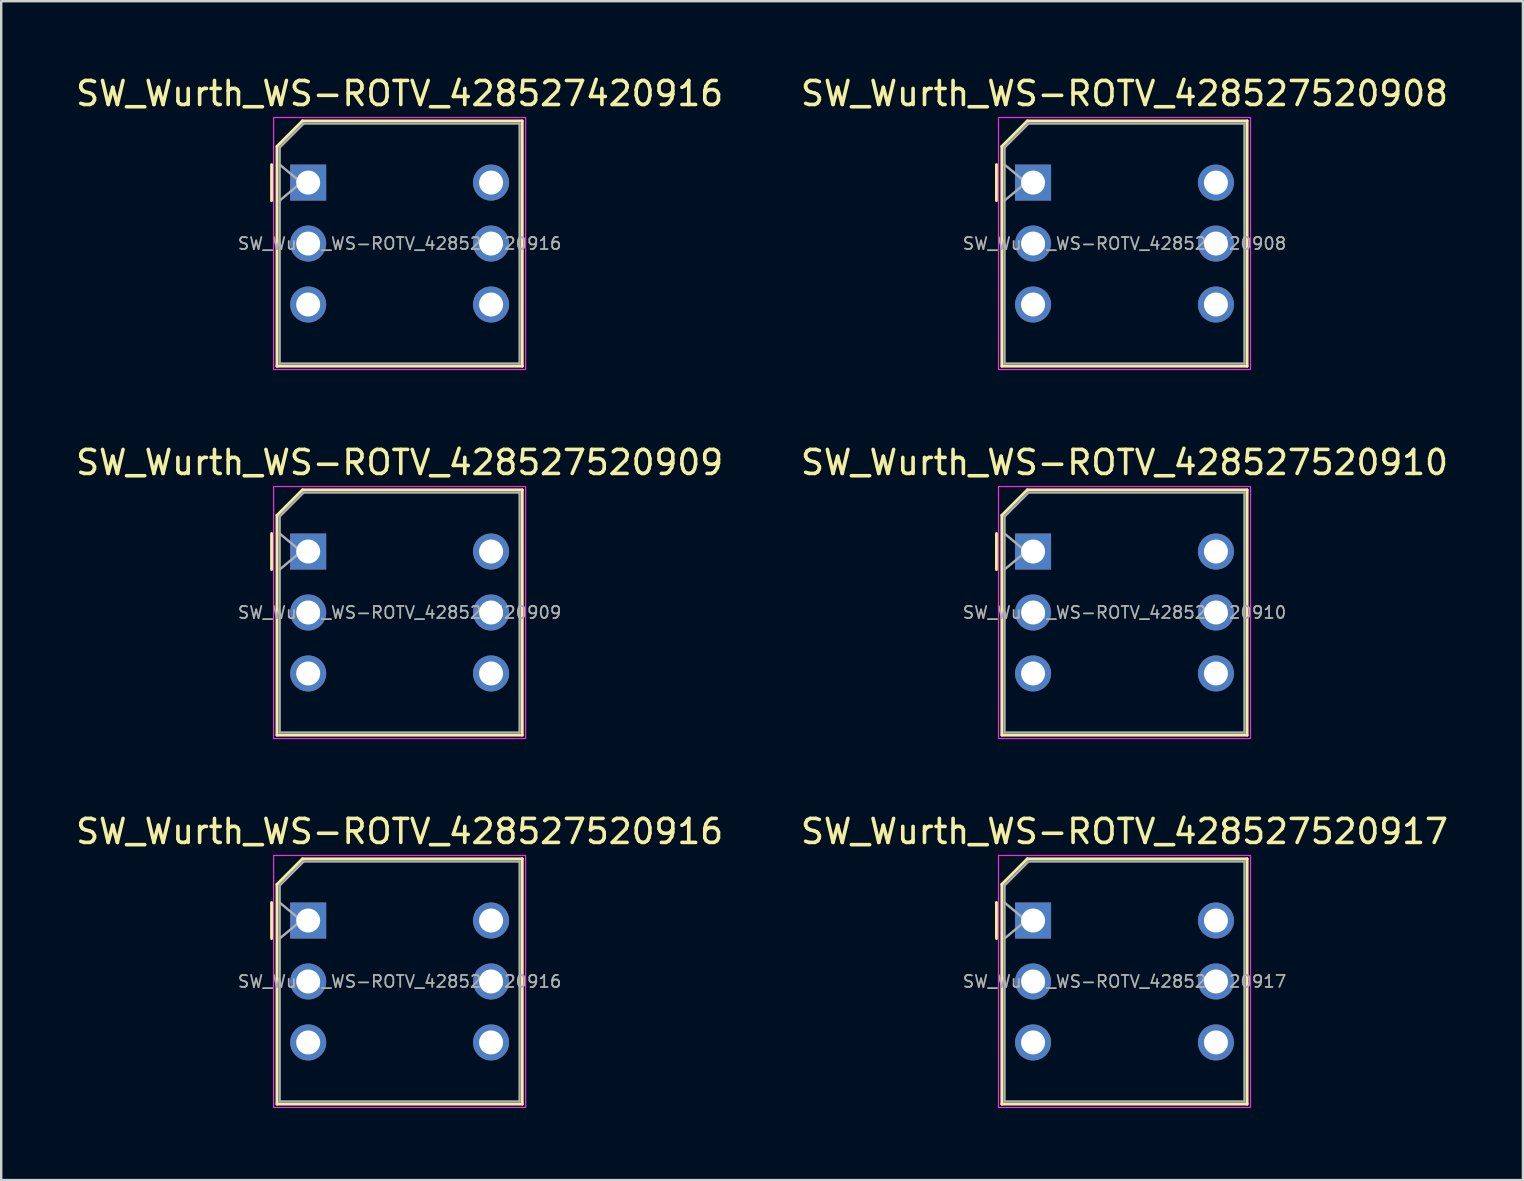
<source format=kicad_pcb>
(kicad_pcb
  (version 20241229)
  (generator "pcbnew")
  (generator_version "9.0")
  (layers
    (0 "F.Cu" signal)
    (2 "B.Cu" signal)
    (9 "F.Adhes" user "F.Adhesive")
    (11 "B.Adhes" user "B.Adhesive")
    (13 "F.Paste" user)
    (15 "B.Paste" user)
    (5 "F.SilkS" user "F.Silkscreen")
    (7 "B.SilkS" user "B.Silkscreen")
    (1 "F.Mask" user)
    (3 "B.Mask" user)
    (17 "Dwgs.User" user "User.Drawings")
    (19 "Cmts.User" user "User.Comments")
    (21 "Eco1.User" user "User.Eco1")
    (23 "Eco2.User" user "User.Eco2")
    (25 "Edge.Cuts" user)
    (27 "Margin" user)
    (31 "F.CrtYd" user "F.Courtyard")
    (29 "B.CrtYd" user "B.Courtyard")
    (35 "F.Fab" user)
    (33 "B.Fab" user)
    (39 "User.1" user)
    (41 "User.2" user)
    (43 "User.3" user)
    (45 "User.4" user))
  (footprint "SW_Wurth_WS-ROTV_428527520917"
    (layer "F.Cu")
    (at 39.994 35.305)
    (property "Reference" "SW_Wurth_WS-ROTV_428527520917" (at 3.81 -3.71 0) (unlocked yes) (layer "F.SilkS") (effects (font (size 1 1) (thickness 0.15))))
    (attr smd)
    (fp_line (start -1.525 -0.75) (end -1.525 0.75) (stroke (width 0.12) (type solid)) (layer "F.SilkS"))
    (fp_line (start -1.3 -1.51) (end -0.24 -2.57) (stroke (width 0.12) (type default)) (layer "F.SilkS"))
    (fp_line (start -1.3 7.65) (end -1.3 -1.51) (stroke (width 0.12) (type default)) (layer "F.SilkS"))
    (fp_line (start -0.24 -2.57) (end 8.92 -2.57) (stroke (width 0.12) (type default)) (layer "F.SilkS"))
    (fp_line (start 8.92 -2.57) (end 8.92 7.65) (stroke (width 0.12) (type default)) (layer "F.SilkS"))
    (fp_line (start 8.92 7.65) (end -1.3 7.65) (stroke (width 0.12) (type default)) (layer "F.SilkS"))
    (fp_rect (start -1.44 -2.71) (end 9.06 7.79) (stroke (width 0.05) (type solid)) (fill no) (layer "F.CrtYd"))
    (fp_line (start -1.19 -1.46) (end -0.19 -2.46) (stroke (width 0.1) (type default)) (layer "F.Fab"))
    (fp_line (start -1.19 -0.75) (end -0.29 0) (stroke (width 0.1) (type solid)) (layer "F.Fab"))
    (fp_line (start -1.19 0.75) (end -0.29 0) (stroke (width 0.1) (type solid)) (layer "F.Fab"))
    (fp_line (start -1.19 7.54) (end -1.19 -1.46) (stroke (width 0.1) (type default)) (layer "F.Fab"))
    (fp_line (start -0.19 -2.46) (end 8.81 -2.46) (stroke (width 0.1) (type default)) (layer "F.Fab"))
    (fp_line (start 8.81 -2.46) (end 8.81 7.54) (stroke (width 0.1) (type default)) (layer "F.Fab"))
    (fp_line (start 8.81 7.54) (end -1.19 7.54) (stroke (width 0.1) (type default)) (layer "F.Fab"))
    (fp_text user "${REFERENCE}" (at 3.81 2.54 0) (unlocked yes) (layer "F.Fab") (effects (font (size 0.5 0.5) (thickness 0.075))))
    (pad "1" thru_hole rect (at 0 0) (size 1.5 1.5) (drill 1) (layers "*.Cu" "*.Mask"))
    (pad "2" thru_hole circle (at 7.62 5.08) (size 1.5 1.5) (drill 1) (layers "*.Cu" "*.Mask"))
    (pad "4" thru_hole circle (at 0 5.08) (size 1.5 1.5) (drill 1) (layers "*.Cu" "*.Mask"))
    (pad "8" thru_hole circle (at 7.62 0) (size 1.5 1.5) (drill 1) (layers "*.Cu" "*.Mask"))
    (pad "C1" thru_hole circle (at 0 2.54) (size 1.5 1.5) (drill 1) (layers "*.Cu" "*.Mask"))
    (pad "C2" thru_hole circle (at 7.62 2.54) (size 1.5 1.5) (drill 1) (layers "*.Cu" "*.Mask")))
  (footprint "SW_Wurth_WS-ROTV_428527520916"
    (layer "F.Cu")
    (at 9.791 35.305)
    (property "Reference" "SW_Wurth_WS-ROTV_428527520916" (at 3.81 -3.71 0) (unlocked yes) (layer "F.SilkS") (effects (font (size 1 1) (thickness 0.15))))
    (attr smd)
    (fp_line (start -1.525 -0.75) (end -1.525 0.75) (stroke (width 0.12) (type solid)) (layer "F.SilkS"))
    (fp_line (start -1.3 -1.51) (end -0.24 -2.57) (stroke (width 0.12) (type default)) (layer "F.SilkS"))
    (fp_line (start -1.3 7.65) (end -1.3 -1.51) (stroke (width 0.12) (type default)) (layer "F.SilkS"))
    (fp_line (start -0.24 -2.57) (end 8.92 -2.57) (stroke (width 0.12) (type default)) (layer "F.SilkS"))
    (fp_line (start 8.92 -2.57) (end 8.92 7.65) (stroke (width 0.12) (type default)) (layer "F.SilkS"))
    (fp_line (start 8.92 7.65) (end -1.3 7.65) (stroke (width 0.12) (type default)) (layer "F.SilkS"))
    (fp_rect (start -1.44 -2.71) (end 9.06 7.79) (stroke (width 0.05) (type solid)) (fill no) (layer "F.CrtYd"))
    (fp_line (start -1.19 -1.46) (end -0.19 -2.46) (stroke (width 0.1) (type default)) (layer "F.Fab"))
    (fp_line (start -1.19 -0.75) (end -0.29 0) (stroke (width 0.1) (type solid)) (layer "F.Fab"))
    (fp_line (start -1.19 0.75) (end -0.29 0) (stroke (width 0.1) (type solid)) (layer "F.Fab"))
    (fp_line (start -1.19 7.54) (end -1.19 -1.46) (stroke (width 0.1) (type default)) (layer "F.Fab"))
    (fp_line (start -0.19 -2.46) (end 8.81 -2.46) (stroke (width 0.1) (type default)) (layer "F.Fab"))
    (fp_line (start 8.81 -2.46) (end 8.81 7.54) (stroke (width 0.1) (type default)) (layer "F.Fab"))
    (fp_line (start 8.81 7.54) (end -1.19 7.54) (stroke (width 0.1) (type default)) (layer "F.Fab"))
    (fp_text user "${REFERENCE}" (at 3.81 2.54 0) (unlocked yes) (layer "F.Fab") (effects (font (size 0.5 0.5) (thickness 0.075))))
    (pad "1" thru_hole rect (at 0 0) (size 1.5 1.5) (drill 1) (layers "*.Cu" "*.Mask"))
    (pad "2" thru_hole circle (at 7.62 5.08) (size 1.5 1.5) (drill 1) (layers "*.Cu" "*.Mask"))
    (pad "4" thru_hole circle (at 0 5.08) (size 1.5 1.5) (drill 1) (layers "*.Cu" "*.Mask"))
    (pad "8" thru_hole circle (at 7.62 0) (size 1.5 1.5) (drill 1) (layers "*.Cu" "*.Mask"))
    (pad "C1" thru_hole circle (at 0 2.54) (size 1.5 1.5) (drill 1) (layers "*.Cu" "*.Mask"))
    (pad "C2" thru_hole circle (at 7.62 2.54) (size 1.5 1.5) (drill 1) (layers "*.Cu" "*.Mask")))
  (footprint "SW_Wurth_WS-ROTV_428527420916"
    (layer "F.Cu")
    (at 9.791 4.558)
    (property "Reference" "SW_Wurth_WS-ROTV_428527420916" (at 3.81 -3.71 0) (unlocked yes) (layer "F.SilkS") (effects (font (size 1 1) (thickness 0.15))))
    (attr smd)
    (fp_line (start -1.525 -0.75) (end -1.525 0.75) (stroke (width 0.12) (type solid)) (layer "F.SilkS"))
    (fp_line (start -1.3 -1.51) (end -0.24 -2.57) (stroke (width 0.12) (type default)) (layer "F.SilkS"))
    (fp_line (start -1.3 7.65) (end -1.3 -1.51) (stroke (width 0.12) (type default)) (layer "F.SilkS"))
    (fp_line (start -0.24 -2.57) (end 8.92 -2.57) (stroke (width 0.12) (type default)) (layer "F.SilkS"))
    (fp_line (start 8.92 -2.57) (end 8.92 7.65) (stroke (width 0.12) (type default)) (layer "F.SilkS"))
    (fp_line (start 8.92 7.65) (end -1.3 7.65) (stroke (width 0.12) (type default)) (layer "F.SilkS"))
    (fp_rect (start -1.44 -2.71) (end 9.06 7.79) (stroke (width 0.05) (type solid)) (fill no) (layer "F.CrtYd"))
    (fp_line (start -1.19 -1.46) (end -0.19 -2.46) (stroke (width 0.1) (type default)) (layer "F.Fab"))
    (fp_line (start -1.19 -0.75) (end -0.29 0) (stroke (width 0.1) (type solid)) (layer "F.Fab"))
    (fp_line (start -1.19 0.75) (end -0.29 0) (stroke (width 0.1) (type solid)) (layer "F.Fab"))
    (fp_line (start -1.19 7.54) (end -1.19 -1.46) (stroke (width 0.1) (type default)) (layer "F.Fab"))
    (fp_line (start -0.19 -2.46) (end 8.81 -2.46) (stroke (width 0.1) (type default)) (layer "F.Fab"))
    (fp_line (start 8.81 -2.46) (end 8.81 7.54) (stroke (width 0.1) (type default)) (layer "F.Fab"))
    (fp_line (start 8.81 7.54) (end -1.19 7.54) (stroke (width 0.1) (type default)) (layer "F.Fab"))
    (fp_text user "${REFERENCE}" (at 3.81 2.54 0) (unlocked yes) (layer "F.Fab") (effects (font (size 0.5 0.5) (thickness 0.075))))
    (pad "1" thru_hole rect (at 0 0) (size 1.5 1.5) (drill 1) (layers "*.Cu" "*.Mask"))
    (pad "2" thru_hole circle (at 7.62 5.08) (size 1.5 1.5) (drill 1) (layers "*.Cu" "*.Mask"))
    (pad "4" thru_hole circle (at 0 5.08) (size 1.5 1.5) (drill 1) (layers "*.Cu" "*.Mask"))
    (pad "8" thru_hole circle (at 7.62 0) (size 1.5 1.5) (drill 1) (layers "*.Cu" "*.Mask"))
    (pad "C1" thru_hole circle (at 0 2.54) (size 1.5 1.5) (drill 1) (layers "*.Cu" "*.Mask"))
    (pad "C2" thru_hole circle (at 7.62 2.54) (size 1.5 1.5) (drill 1) (layers "*.Cu" "*.Mask")))
  (footprint "SW_Wurth_WS-ROTV_428527520909"
    (layer "F.Cu")
    (at 9.791 19.931)
    (property "Reference" "SW_Wurth_WS-ROTV_428527520909" (at 3.81 -3.71 0) (unlocked yes) (layer "F.SilkS") (effects (font (size 1 1) (thickness 0.15))))
    (attr smd)
    (fp_line (start -1.525 -0.75) (end -1.525 0.75) (stroke (width 0.12) (type solid)) (layer "F.SilkS"))
    (fp_line (start -1.3 -1.51) (end -0.24 -2.57) (stroke (width 0.12) (type default)) (layer "F.SilkS"))
    (fp_line (start -1.3 7.65) (end -1.3 -1.51) (stroke (width 0.12) (type default)) (layer "F.SilkS"))
    (fp_line (start -0.24 -2.57) (end 8.92 -2.57) (stroke (width 0.12) (type default)) (layer "F.SilkS"))
    (fp_line (start 8.92 -2.57) (end 8.92 7.65) (stroke (width 0.12) (type default)) (layer "F.SilkS"))
    (fp_line (start 8.92 7.65) (end -1.3 7.65) (stroke (width 0.12) (type default)) (layer "F.SilkS"))
    (fp_rect (start -1.44 -2.71) (end 9.06 7.79) (stroke (width 0.05) (type solid)) (fill no) (layer "F.CrtYd"))
    (fp_line (start -1.19 -1.46) (end -0.19 -2.46) (stroke (width 0.1) (type default)) (layer "F.Fab"))
    (fp_line (start -1.19 -0.75) (end -0.29 0) (stroke (width 0.1) (type solid)) (layer "F.Fab"))
    (fp_line (start -1.19 0.75) (end -0.29 0) (stroke (width 0.1) (type solid)) (layer "F.Fab"))
    (fp_line (start -1.19 7.54) (end -1.19 -1.46) (stroke (width 0.1) (type default)) (layer "F.Fab"))
    (fp_line (start -0.19 -2.46) (end 8.81 -2.46) (stroke (width 0.1) (type default)) (layer "F.Fab"))
    (fp_line (start 8.81 -2.46) (end 8.81 7.54) (stroke (width 0.1) (type default)) (layer "F.Fab"))
    (fp_line (start 8.81 7.54) (end -1.19 7.54) (stroke (width 0.1) (type default)) (layer "F.Fab"))
    (fp_text user "${REFERENCE}" (at 3.81 2.54 0) (unlocked yes) (layer "F.Fab") (effects (font (size 0.5 0.5) (thickness 0.075))))
    (pad "1" thru_hole rect (at 0 0) (size 1.5 1.5) (drill 1) (layers "*.Cu" "*.Mask"))
    (pad "2" thru_hole circle (at 7.62 5.08) (size 1.5 1.5) (drill 1) (layers "*.Cu" "*.Mask"))
    (pad "4" thru_hole circle (at 0 5.08) (size 1.5 1.5) (drill 1) (layers "*.Cu" "*.Mask"))
    (pad "8" thru_hole circle (at 7.62 0) (size 1.5 1.5) (drill 1) (layers "*.Cu" "*.Mask"))
    (pad "C1" thru_hole circle (at 0 2.54) (size 1.5 1.5) (drill 1) (layers "*.Cu" "*.Mask"))
    (pad "C2" thru_hole circle (at 7.62 2.54) (size 1.5 1.5) (drill 1) (layers "*.Cu" "*.Mask")))
  (footprint "SW_Wurth_WS-ROTV_428527520910"
    (layer "F.Cu")
    (at 39.994 19.931)
    (property "Reference" "SW_Wurth_WS-ROTV_428527520910" (at 3.81 -3.71 0) (unlocked yes) (layer "F.SilkS") (effects (font (size 1 1) (thickness 0.15))))
    (attr smd)
    (fp_line (start -1.525 -0.75) (end -1.525 0.75) (stroke (width 0.12) (type solid)) (layer "F.SilkS"))
    (fp_line (start -1.3 -1.51) (end -0.24 -2.57) (stroke (width 0.12) (type default)) (layer "F.SilkS"))
    (fp_line (start -1.3 7.65) (end -1.3 -1.51) (stroke (width 0.12) (type default)) (layer "F.SilkS"))
    (fp_line (start -0.24 -2.57) (end 8.92 -2.57) (stroke (width 0.12) (type default)) (layer "F.SilkS"))
    (fp_line (start 8.92 -2.57) (end 8.92 7.65) (stroke (width 0.12) (type default)) (layer "F.SilkS"))
    (fp_line (start 8.92 7.65) (end -1.3 7.65) (stroke (width 0.12) (type default)) (layer "F.SilkS"))
    (fp_rect (start -1.44 -2.71) (end 9.06 7.79) (stroke (width 0.05) (type solid)) (fill no) (layer "F.CrtYd"))
    (fp_line (start -1.19 -1.46) (end -0.19 -2.46) (stroke (width 0.1) (type default)) (layer "F.Fab"))
    (fp_line (start -1.19 -0.75) (end -0.29 0) (stroke (width 0.1) (type solid)) (layer "F.Fab"))
    (fp_line (start -1.19 0.75) (end -0.29 0) (stroke (width 0.1) (type solid)) (layer "F.Fab"))
    (fp_line (start -1.19 7.54) (end -1.19 -1.46) (stroke (width 0.1) (type default)) (layer "F.Fab"))
    (fp_line (start -0.19 -2.46) (end 8.81 -2.46) (stroke (width 0.1) (type default)) (layer "F.Fab"))
    (fp_line (start 8.81 -2.46) (end 8.81 7.54) (stroke (width 0.1) (type default)) (layer "F.Fab"))
    (fp_line (start 8.81 7.54) (end -1.19 7.54) (stroke (width 0.1) (type default)) (layer "F.Fab"))
    (fp_text user "${REFERENCE}" (at 3.81 2.54 0) (unlocked yes) (layer "F.Fab") (effects (font (size 0.5 0.5) (thickness 0.075))))
    (pad "1" thru_hole rect (at 0 0) (size 1.5 1.5) (drill 1) (layers "*.Cu" "*.Mask"))
    (pad "2" thru_hole circle (at 7.62 5.08) (size 1.5 1.5) (drill 1) (layers "*.Cu" "*.Mask"))
    (pad "4" thru_hole circle (at 0 5.08) (size 1.5 1.5) (drill 1) (layers "*.Cu" "*.Mask"))
    (pad "8" thru_hole circle (at 7.62 0) (size 1.5 1.5) (drill 1) (layers "*.Cu" "*.Mask"))
    (pad "C1" thru_hole circle (at 0 2.54) (size 1.5 1.5) (drill 1) (layers "*.Cu" "*.Mask"))
    (pad "C2" thru_hole circle (at 7.62 2.54) (size 1.5 1.5) (drill 1) (layers "*.Cu" "*.Mask")))
  (footprint "SW_Wurth_WS-ROTV_428527520908"
    (layer "F.Cu")
    (at 39.994 4.558)
    (property "Reference" "SW_Wurth_WS-ROTV_428527520908" (at 3.81 -3.71 0) (unlocked yes) (layer "F.SilkS") (effects (font (size 1 1) (thickness 0.15))))
    (attr smd)
    (fp_line (start -1.525 -0.75) (end -1.525 0.75) (stroke (width 0.12) (type solid)) (layer "F.SilkS"))
    (fp_line (start -1.3 -1.51) (end -0.24 -2.57) (stroke (width 0.12) (type default)) (layer "F.SilkS"))
    (fp_line (start -1.3 7.65) (end -1.3 -1.51) (stroke (width 0.12) (type default)) (layer "F.SilkS"))
    (fp_line (start -0.24 -2.57) (end 8.92 -2.57) (stroke (width 0.12) (type default)) (layer "F.SilkS"))
    (fp_line (start 8.92 -2.57) (end 8.92 7.65) (stroke (width 0.12) (type default)) (layer "F.SilkS"))
    (fp_line (start 8.92 7.65) (end -1.3 7.65) (stroke (width 0.12) (type default)) (layer "F.SilkS"))
    (fp_rect (start -1.44 -2.71) (end 9.06 7.79) (stroke (width 0.05) (type solid)) (fill no) (layer "F.CrtYd"))
    (fp_line (start -1.19 -1.46) (end -0.19 -2.46) (stroke (width 0.1) (type default)) (layer "F.Fab"))
    (fp_line (start -1.19 -0.75) (end -0.29 0) (stroke (width 0.1) (type solid)) (layer "F.Fab"))
    (fp_line (start -1.19 0.75) (end -0.29 0) (stroke (width 0.1) (type solid)) (layer "F.Fab"))
    (fp_line (start -1.19 7.54) (end -1.19 -1.46) (stroke (width 0.1) (type default)) (layer "F.Fab"))
    (fp_line (start -0.19 -2.46) (end 8.81 -2.46) (stroke (width 0.1) (type default)) (layer "F.Fab"))
    (fp_line (start 8.81 -2.46) (end 8.81 7.54) (stroke (width 0.1) (type default)) (layer "F.Fab"))
    (fp_line (start 8.81 7.54) (end -1.19 7.54) (stroke (width 0.1) (type default)) (layer "F.Fab"))
    (fp_text user "${REFERENCE}" (at 3.81 2.54 0) (unlocked yes) (layer "F.Fab") (effects (font (size 0.5 0.5) (thickness 0.075))))
    (pad "1" thru_hole rect (at 0 0) (size 1.5 1.5) (drill 1) (layers "*.Cu" "*.Mask"))
    (pad "2" thru_hole circle (at 7.62 5.08) (size 1.5 1.5) (drill 1) (layers "*.Cu" "*.Mask"))
    (pad "4" thru_hole circle (at 0 5.08) (size 1.5 1.5) (drill 1) (layers "*.Cu" "*.Mask"))
    (pad "8" thru_hole circle (at 7.62 0) (size 1.5 1.5) (drill 1) (layers "*.Cu" "*.Mask"))
    (pad "C1" thru_hole circle (at 0 2.54) (size 1.5 1.5) (drill 1) (layers "*.Cu" "*.Mask"))
    (pad "C2" thru_hole circle (at 7.62 2.54) (size 1.5 1.5) (drill 1) (layers "*.Cu" "*.Mask")))
  (gr_rect
    (start -3 -3)
    (end 60.405 46.12)
    (stroke (width 0.1) (type default))
    (fill no)
    (layer "Edge.Cuts")))
</source>
